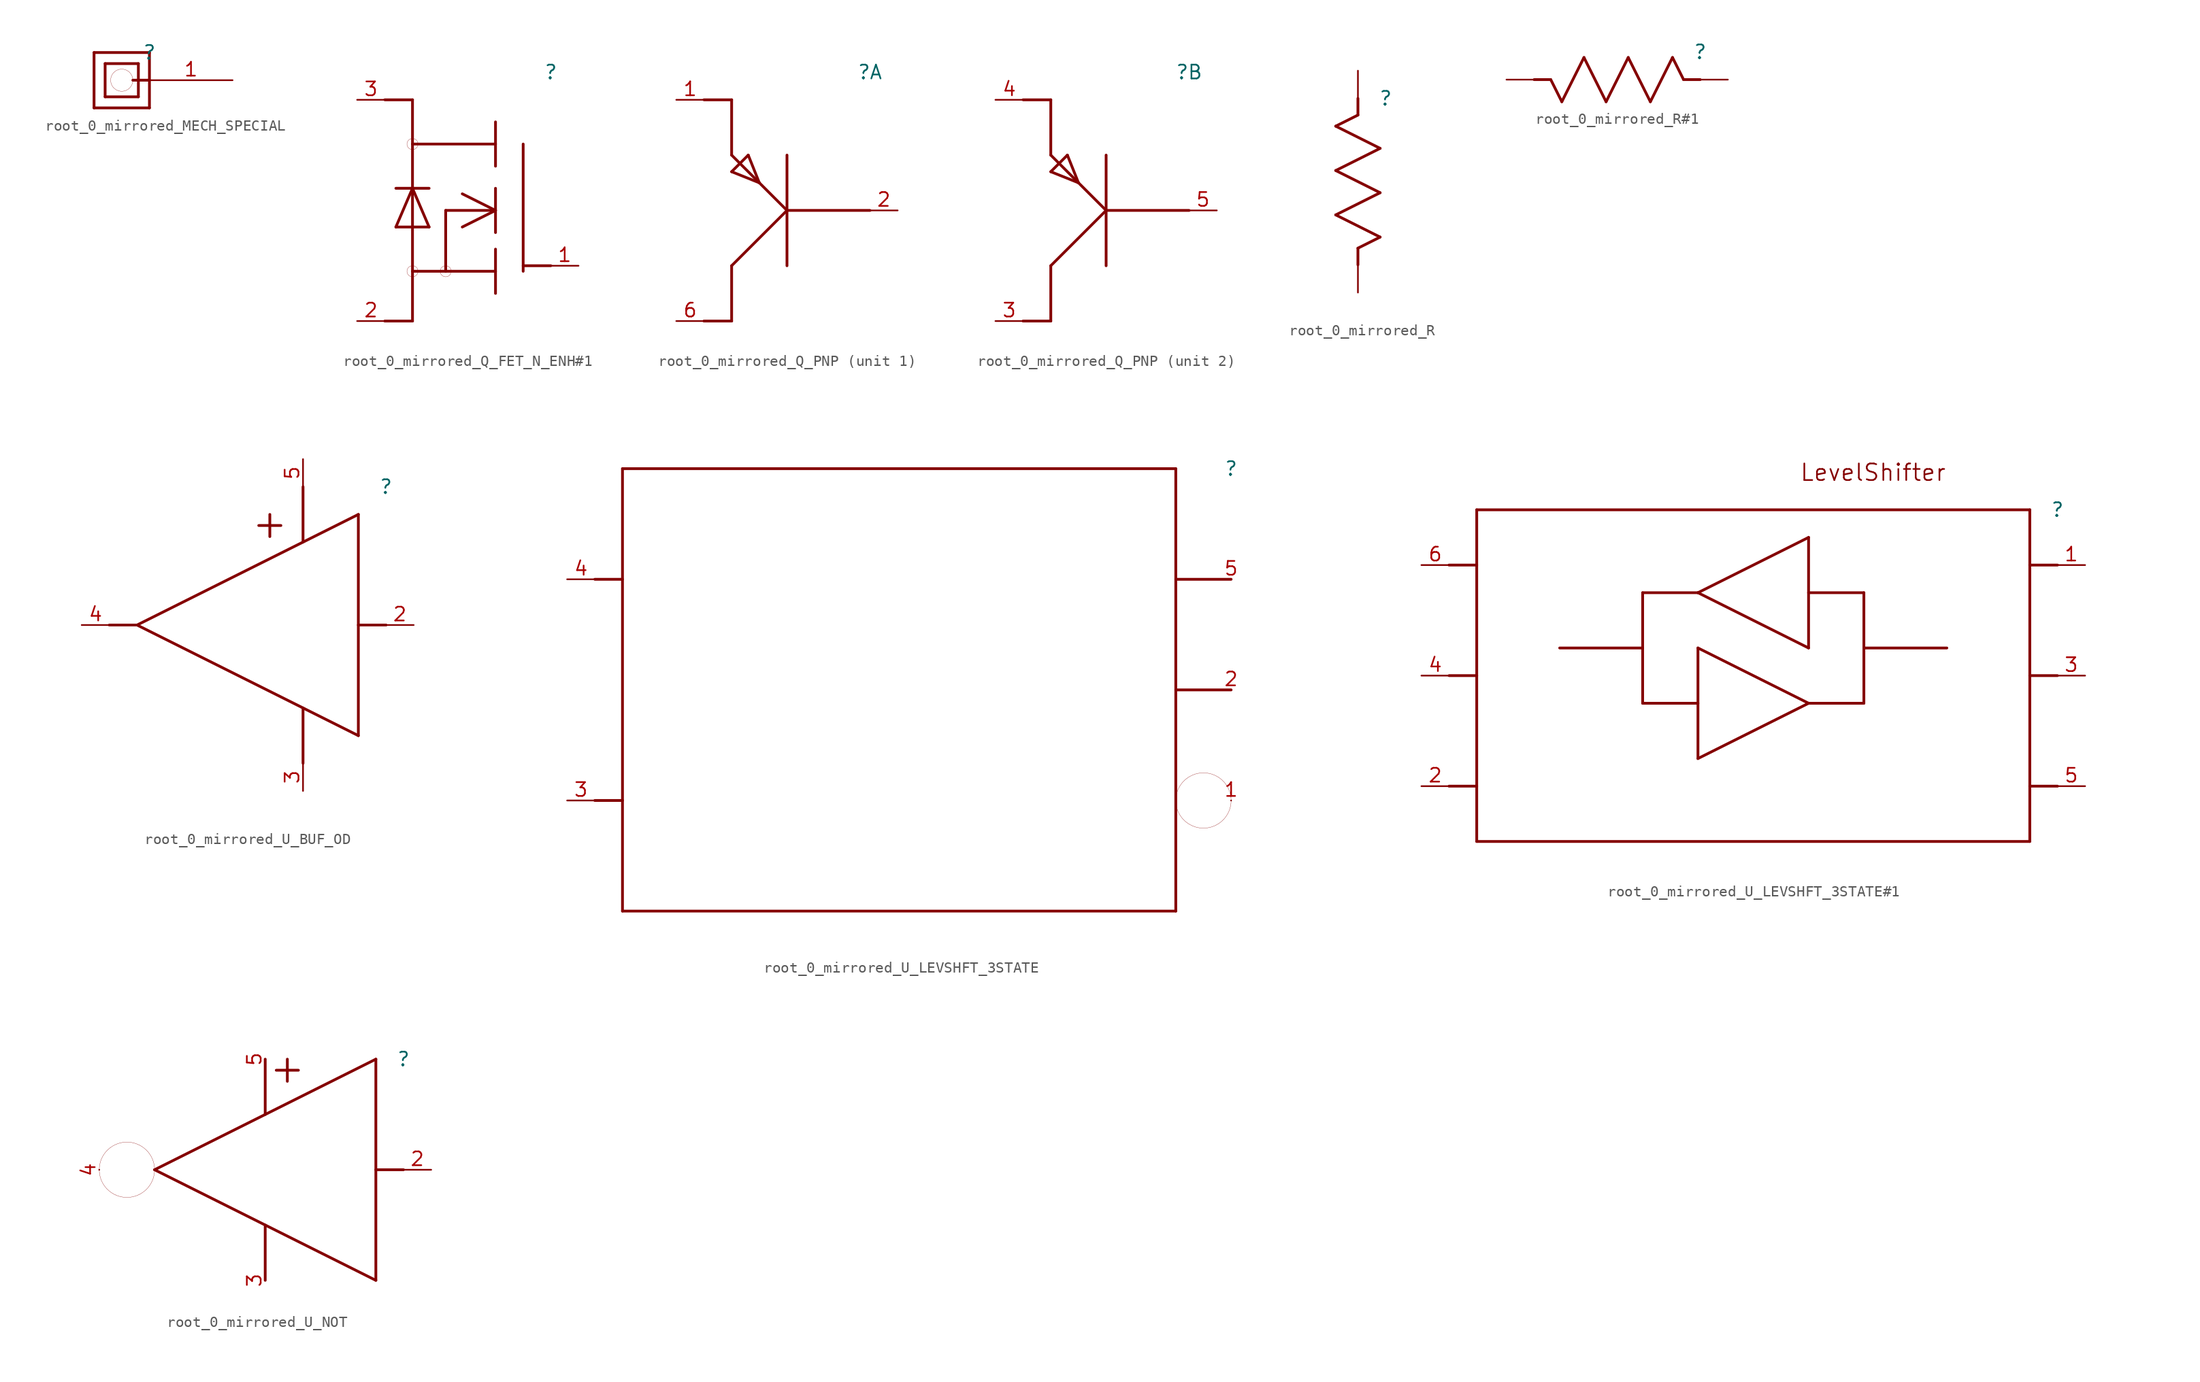
<source format=kicad_sym>
(kicad_symbol_lib
  (version 20220914)
  (generator kicad_symbol_editor)
  (symbol "root_0_mirrored_MECH_SPECIAL"
    (property "Reference" ""
      (at 0 0 0)
      (effects (font (size 1.27 1.27))))
    (property "Value" ""
      (at 0 0 0)
      (effects (font (size 1.27 1.27))))
    (symbol "root_0_mirrored_MECH_SPECIAL_1_0"
      (circle (center -2.54 -2.54) (radius 1.016) (stroke (width 0.0001) (type solid)) (fill (type none)))
      (polyline (pts (xy -5.08 -5.08) (xy -5.08 0)) (stroke (width 0.254) (type solid)) (fill (type none)))
      (polyline (pts (xy -5.08 0) (xy 0 0)) (stroke (width 0.254) (type solid)) (fill (type none)))
      (polyline (pts (xy -4.064 -4.064) (xy -4.064 -1.016)) (stroke (width 0.254) (type solid)) (fill (type none)))
      (polyline (pts (xy -4.064 -1.016) (xy -1.016 -1.016)) (stroke (width 0.254) (type solid)) (fill (type none)))
      (polyline (pts (xy -1.016 -4.064) (xy -4.064 -4.064)) (stroke (width 0.254) (type solid)) (fill (type none)))
      (polyline (pts (xy -1.016 -1.016) (xy -1.016 -4.064)) (stroke (width 0.254) (type solid)) (fill (type none)))
      (polyline (pts (xy 0 -5.08) (xy -5.08 -5.08)) (stroke (width 0.254) (type solid)) (fill (type none)))
      (polyline (pts (xy 0 -2.54) (xy -1.524 -2.54)) (stroke (width 0.254) (type solid)) (fill (type none)))
      (polyline (pts (xy 0 0) (xy 0 -5.08)) (stroke (width 0.254) (type solid)) (fill (type none)))
      (pin bidirectional line (at 7.62 -2.54 180) (length 7.62) (name "1" (effects (font (size 0 0)))) (number "1" (effects (font (size 1.27 1.27)))))))
  (symbol "root_0_mirrored_Q_FET_N_ENH#1"
    (property "Reference" ""
      (at 0 0 0)
      (effects (font (size 1.27 1.27))))
    (property "Value" ""
      (at 0 0 0)
      (effects (font (size 1.27 1.27))))
    (symbol "root_0_mirrored_Q_FET_N_ENH#1_1_0"
      (circle (center -12.7 -18.288) (radius 0.508) (stroke (width 0.0001) (type solid)) (fill (type none)))
      (circle (center -12.7 -6.604) (radius 0.508) (stroke (width 0.0001) (type solid)) (fill (type none)))
      (circle (center -9.652 -18.288) (radius 0.508) (stroke (width 0.0001) (type solid)) (fill (type none)))
      (polyline (pts (xy -14.224 -14.224) (xy -12.7 -10.668)) (stroke (width 0.254) (type solid)) (fill (type none)))
      (polyline (pts (xy -12.7 -22.86) (xy -15.24 -22.86)) (stroke (width 0.254) (type solid)) (fill (type none)))
      (polyline (pts (xy -12.7 -22.86) (xy -12.7 -2.54)) (stroke (width 0.254) (type solid)) (fill (type none)))
      (polyline (pts (xy -12.7 -10.668) (xy -11.176 -14.224)) (stroke (width 0.254) (type solid)) (fill (type none)))
      (polyline (pts (xy -12.7 -2.54) (xy -15.24 -2.54)) (stroke (width 0.254) (type solid)) (fill (type none)))
      (polyline (pts (xy -11.176 -14.224) (xy -14.224 -14.224)) (stroke (width 0.254) (type solid)) (fill (type none)))
      (polyline (pts (xy -11.176 -10.668) (xy -14.224 -10.668)) (stroke (width 0.254) (type solid)) (fill (type none)))
      (polyline (pts (xy -9.652 -12.7) (xy -9.652 -18.288)) (stroke (width 0.254) (type solid)) (fill (type none)))
      (polyline (pts (xy -9.652 -12.7) (xy -5.08 -12.7)) (stroke (width 0.254) (type solid)) (fill (type none)))
      (polyline (pts (xy -5.08 -20.32) (xy -5.08 -16.256)) (stroke (width 0.254) (type solid)) (fill (type none)))
      (polyline (pts (xy -5.08 -18.288) (xy -12.7 -18.288)) (stroke (width 0.254) (type solid)) (fill (type none)))
      (polyline (pts (xy -5.08 -12.7) (xy -8.128 -14.224)) (stroke (width 0.254) (type solid)) (fill (type none)))
      (polyline (pts (xy -5.08 -12.7) (xy -8.128 -11.176)) (stroke (width 0.254) (type solid)) (fill (type none)))
      (polyline (pts (xy -5.08 -10.668) (xy -5.08 -14.732)) (stroke (width 0.254) (type solid)) (fill (type none)))
      (polyline (pts (xy -5.08 -6.604) (xy -12.7 -6.604)) (stroke (width 0.254) (type solid)) (fill (type none)))
      (polyline (pts (xy -5.08 -4.572) (xy -5.08 -8.636)) (stroke (width 0.254) (type solid)) (fill (type none)))
      (polyline (pts (xy -2.54 -18.288) (xy -2.54 -6.604)) (stroke (width 0.254) (type solid)) (fill (type none)))
      (polyline (pts (xy 0 -17.78) (xy -2.54 -17.78)) (stroke (width 0.254) (type solid)) (fill (type none)))
      (pin bidirectional line (at 2.54 -17.78 180) (length 2.54) (name "G" (effects (font (size 0 0)))) (number "1" (effects (font (size 1.27 1.27)))))
      (pin bidirectional line (at -17.78 -22.86 0) (length 2.54) (name "S" (effects (font (size 0 0)))) (number "2" (effects (font (size 1.27 1.27)))))
      (pin bidirectional line (at -17.78 -2.54 0) (length 2.54) (name "D" (effects (font (size 0 0)))) (number "3" (effects (font (size 1.27 1.27)))))))
  (symbol "root_0_mirrored_Q_PNP"
    (property "Reference" ""
      (at 0 0 0)
      (effects (font (size 1.27 1.27))))
    (property "Value" ""
      (at 0 0 0)
      (effects (font (size 1.27 1.27))))
    (symbol "root_0_mirrored_Q_PNP_1_0"
      (polyline (pts (xy -12.7 -22.86) (xy -15.24 -22.86)) (stroke (width 0.254) (type solid)) (fill (type none)))
      (polyline (pts (xy -12.7 -17.78) (xy -12.7 -22.86)) (stroke (width 0.254) (type solid)) (fill (type none)))
      (polyline (pts (xy -12.7 -9.144) (xy -11.176 -7.62)) (stroke (width 0.254) (type solid)) (fill (type none)))
      (polyline (pts (xy -12.7 -9.144) (xy -10.16 -10.16)) (stroke (width 0.254) (type solid)) (fill (type none)))
      (polyline (pts (xy -12.7 -7.62) (xy -12.7 -2.54)) (stroke (width 0.254) (type solid)) (fill (type none)))
      (polyline (pts (xy -12.7 -7.62) (xy -7.62 -12.7)) (stroke (width 0.254) (type solid)) (fill (type none)))
      (polyline (pts (xy -12.7 -2.54) (xy -15.24 -2.54)) (stroke (width 0.254) (type solid)) (fill (type none)))
      (polyline (pts (xy -11.176 -7.62) (xy -10.16 -10.16)) (stroke (width 0.254) (type solid)) (fill (type none)))
      (polyline (pts (xy -7.62 -12.7) (xy -12.7 -17.78)) (stroke (width 0.254) (type solid)) (fill (type none)))
      (polyline (pts (xy -7.62 -7.62) (xy -7.62 -17.78)) (stroke (width 0.254) (type solid)) (fill (type none)))
      (polyline (pts (xy 0 -12.7) (xy -7.62 -12.7)) (stroke (width 0.254) (type solid)) (fill (type none)))
      (pin bidirectional line (at -17.78 -2.54 0) (length 2.54) (name "E" (effects (font (size 0 0)))) (number "1" (effects (font (size 1.27 1.27)))))
      (pin bidirectional line (at 2.54 -12.7 180) (length 2.54) (name "B" (effects (font (size 0 0)))) (number "2" (effects (font (size 1.27 1.27)))))
      (pin bidirectional line (at -17.78 -22.86 0) (length 2.54) (name "C" (effects (font (size 0 0)))) (number "6" (effects (font (size 1.27 1.27))))))
    (symbol "root_0_mirrored_Q_PNP_2_0"
      (polyline (pts (xy -12.7 -22.86) (xy -15.24 -22.86)) (stroke (width 0.254) (type solid)) (fill (type none)))
      (polyline (pts (xy -12.7 -17.78) (xy -12.7 -22.86)) (stroke (width 0.254) (type solid)) (fill (type none)))
      (polyline (pts (xy -12.7 -9.144) (xy -11.176 -7.62)) (stroke (width 0.254) (type solid)) (fill (type none)))
      (polyline (pts (xy -12.7 -9.144) (xy -10.16 -10.16)) (stroke (width 0.254) (type solid)) (fill (type none)))
      (polyline (pts (xy -12.7 -7.62) (xy -12.7 -2.54)) (stroke (width 0.254) (type solid)) (fill (type none)))
      (polyline (pts (xy -12.7 -7.62) (xy -7.62 -12.7)) (stroke (width 0.254) (type solid)) (fill (type none)))
      (polyline (pts (xy -12.7 -2.54) (xy -15.24 -2.54)) (stroke (width 0.254) (type solid)) (fill (type none)))
      (polyline (pts (xy -11.176 -7.62) (xy -10.16 -10.16)) (stroke (width 0.254) (type solid)) (fill (type none)))
      (polyline (pts (xy -7.62 -12.7) (xy -12.7 -17.78)) (stroke (width 0.254) (type solid)) (fill (type none)))
      (polyline (pts (xy -7.62 -7.62) (xy -7.62 -17.78)) (stroke (width 0.254) (type solid)) (fill (type none)))
      (polyline (pts (xy 0 -12.7) (xy -7.62 -12.7)) (stroke (width 0.254) (type solid)) (fill (type none)))
      (pin bidirectional line (at -17.78 -22.86 0) (length 2.54) (name "C" (effects (font (size 0 0)))) (number "3" (effects (font (size 1.27 1.27)))))
      (pin bidirectional line (at -17.78 -2.54 0) (length 2.54) (name "E" (effects (font (size 0 0)))) (number "4" (effects (font (size 1.27 1.27)))))
      (pin bidirectional line (at 2.54 -12.7 180) (length 2.54) (name "B" (effects (font (size 0 0)))) (number "5" (effects (font (size 1.27 1.27)))))))
  (symbol "root_0_mirrored_R"
    (property "Reference" ""
      (at 0 0 0)
      (effects (font (size 1.27 1.27))))
    (property "Value" ""
      (at 0 0 0)
      (effects (font (size 1.27 1.27))))
    (symbol "root_0_mirrored_R_1_0"
      (polyline (pts (xy -4.572 -10.668) (xy -0.508 -12.7)) (stroke (width 0.254) (type solid)) (fill (type none)))
      (polyline (pts (xy -4.572 -6.604) (xy -0.508 -4.572)) (stroke (width 0.254) (type solid)) (fill (type none)))
      (polyline (pts (xy -4.572 -2.54) (xy -2.54 -1.524)) (stroke (width 0.254) (type solid)) (fill (type none)))
      (polyline (pts (xy -2.54 -13.716) (xy -2.54 -15.24)) (stroke (width 0.254) (type solid)) (fill (type none)))
      (polyline (pts (xy -2.54 0) (xy -2.54 -1.524)) (stroke (width 0.254) (type solid)) (fill (type none)))
      (polyline (pts (xy -0.508 -12.7) (xy -2.54 -13.716)) (stroke (width 0.254) (type solid)) (fill (type none)))
      (polyline (pts (xy -0.508 -8.636) (xy -4.572 -10.668)) (stroke (width 0.254) (type solid)) (fill (type none)))
      (polyline (pts (xy -0.508 -8.636) (xy -4.572 -6.604)) (stroke (width 0.254) (type solid)) (fill (type none)))
      (polyline (pts (xy -0.508 -4.572) (xy -4.572 -2.54)) (stroke (width 0.254) (type solid)) (fill (type none)))
      (pin bidirectional line (at -2.54 2.54 270) (length 2.54) (name "1" (effects (font (size 0 0)))) (number "1" (effects (font (size 0 0)))))
      (pin bidirectional line (at -2.54 -17.78 90) (length 2.54) (name "2" (effects (font (size 0 0)))) (number "2" (effects (font (size 0 0)))))))
  (symbol "root_0_mirrored_R#1"
    (property "Reference" ""
      (at 0 0 0)
      (effects (font (size 1.27 1.27))))
    (property "Value" ""
      (at 0 0 0)
      (effects (font (size 1.27 1.27))))
    (symbol "root_0_mirrored_R#1_1_0"
      (polyline (pts (xy -13.716 -2.54) (xy -15.24 -2.54)) (stroke (width 0.254) (type solid)) (fill (type none)))
      (polyline (pts (xy -12.7 -4.572) (xy -13.716 -2.54)) (stroke (width 0.254) (type solid)) (fill (type none)))
      (polyline (pts (xy -10.668 -0.508) (xy -12.7 -4.572)) (stroke (width 0.254) (type solid)) (fill (type none)))
      (polyline (pts (xy -8.636 -4.572) (xy -10.668 -0.508)) (stroke (width 0.254) (type solid)) (fill (type none)))
      (polyline (pts (xy -6.604 -0.508) (xy -8.636 -4.572)) (stroke (width 0.254) (type solid)) (fill (type none)))
      (polyline (pts (xy -6.604 -0.508) (xy -4.572 -4.572)) (stroke (width 0.254) (type solid)) (fill (type none)))
      (polyline (pts (xy -4.572 -4.572) (xy -2.54 -0.508)) (stroke (width 0.254) (type solid)) (fill (type none)))
      (polyline (pts (xy -2.54 -0.508) (xy -1.524 -2.54)) (stroke (width 0.254) (type solid)) (fill (type none)))
      (polyline (pts (xy 0 -2.54) (xy -1.524 -2.54)) (stroke (width 0.254) (type solid)) (fill (type none)))
      (pin bidirectional line (at 2.54 -2.54 180) (length 2.54) (name "1" (effects (font (size 0 0)))) (number "1" (effects (font (size 0 0)))))
      (pin bidirectional line (at -17.78 -2.54 0) (length 2.54) (name "2" (effects (font (size 0 0)))) (number "2" (effects (font (size 0 0)))))))
  (symbol "root_0_mirrored_U_BUF_OD"
    (property "Reference" ""
      (at 0 0 0)
      (effects (font (size 1.27 1.27))))
    (property "Value" ""
      (at 0 0 0)
      (effects (font (size 1.27 1.27))))
    (symbol "root_0_mirrored_U_BUF_OD_1_0"
      (polyline (pts (xy -22.86 -12.7) (xy -25.4 -12.7)) (stroke (width 0.254) (type solid)) (fill (type none)))
      (polyline (pts (xy -10.668 -2.54) (xy -10.668 -4.572)) (stroke (width 0.254) (type solid)) (fill (type none)))
      (polyline (pts (xy -9.652 -3.556) (xy -11.684 -3.556)) (stroke (width 0.254) (type solid)) (fill (type none)))
      (polyline (pts (xy -7.62 -20.32) (xy -7.62 -25.4)) (stroke (width 0.254) (type solid)) (fill (type none)))
      (polyline (pts (xy -7.62 0) (xy -7.62 -5.08)) (stroke (width 0.254) (type solid)) (fill (type none)))
      (polyline (pts (xy -2.54 -22.86) (xy -22.86 -12.7)) (stroke (width 0.254) (type solid)) (fill (type none)))
      (polyline (pts (xy -2.54 -2.54) (xy -22.86 -12.7)) (stroke (width 0.254) (type solid)) (fill (type none)))
      (polyline (pts (xy -2.54 -2.54) (xy -2.54 -22.86)) (stroke (width 0.254) (type solid)) (fill (type none)))
      (polyline (pts (xy 0 -12.7) (xy -2.54 -12.7)) (stroke (width 0.254) (type solid)) (fill (type none)))
      (pin bidirectional line (at 2.54 -12.7 180) (length 2.54) (name "A" (effects (font (size 0 0)))) (number "2" (effects (font (size 1.27 1.27)))))
      (pin bidirectional line (at -7.62 -27.94 90) (length 2.54) (name "GND" (effects (font (size 0 0)))) (number "3" (effects (font (size 1.27 1.27)))))
      (pin bidirectional line (at -27.94 -12.7 0) (length 2.54) (name "Y" (effects (font (size 0 0)))) (number "4" (effects (font (size 1.27 1.27)))))
      (pin power_in line (at -7.62 2.54 270) (length 2.54) (name "VCC" (effects (font (size 0 0)))) (number "5" (effects (font (size 1.27 1.27)))))))
  (symbol "root_0_mirrored_U_LEVSHFT_3STATE"
    (property "Reference" ""
      (at 0 0 0)
      (effects (font (size 1.27 1.27))))
    (property "Value" ""
      (at 0 0 0)
      (effects (font (size 1.27 1.27))))
    (symbol "root_0_mirrored_U_LEVSHFT_3STATE_1_0"
      (circle (center -2.54 -30.48) (radius 2.54) (stroke (width 0.0001) (type solid)) (fill (type none)))
      (polyline (pts (xy -55.88 -40.64) (xy -55.88 0)) (stroke (width 0.254) (type solid)) (fill (type none)))
      (polyline (pts (xy -55.88 -40.64) (xy -5.08 -40.64)) (stroke (width 0.254) (type solid)) (fill (type none)))
      (polyline (pts (xy -55.88 -30.48) (xy -58.42 -30.48)) (stroke (width 0.254) (type solid)) (fill (type none)))
      (polyline (pts (xy -55.88 -10.16) (xy -58.42 -10.16)) (stroke (width 0.254) (type solid)) (fill (type none)))
      (polyline (pts (xy -55.88 0) (xy -5.08 0)) (stroke (width 0.254) (type solid)) (fill (type none)))
      (polyline (pts (xy -5.08 -20.32) (xy 0 -20.32)) (stroke (width 0.254) (type solid)) (fill (type none)))
      (polyline (pts (xy -5.08 -10.16) (xy 0 -10.16)) (stroke (width 0.254) (type solid)) (fill (type none)))
      (polyline (pts (xy -5.08 0) (xy -5.08 -40.64)) (stroke (width 0.254) (type solid)) (fill (type none)))
      (pin input line (at 0 -30.48 0) (length 0) (name "OE*" (effects (font (size 0 0)))) (number "1" (effects (font (size 1.27 1.27)))))
      (pin input line (at 0 -20.32 0) (length 0) (name "IN" (effects (font (size 0 0)))) (number "2" (effects (font (size 1.27 1.27)))))
      (pin input line (at -60.96 -30.48 0) (length 2.54) (name "GND" (effects (font (size 0 0)))) (number "3" (effects (font (size 1.27 1.27)))))
      (pin output line (at -60.96 -10.16 0) (length 2.54) (name "OUT" (effects (font (size 0 0)))) (number "4" (effects (font (size 1.27 1.27)))))
      (pin power_in line (at 0 -10.16 0) (length 0) (name "VCC" (effects (font (size 0 0)))) (number "5" (effects (font (size 1.27 1.27)))))))
  (symbol "root_0_mirrored_U_LEVSHFT_3STATE#1"
    (property "Reference" ""
      (at 0 0 0)
      (effects (font (size 1.27 1.27))))
    (property "Value" ""
      (at 0 0 0)
      (effects (font (size 1.27 1.27))))
    (symbol "root_0_mirrored_U_LEVSHFT_3STATE#1_1_0"
      (polyline (pts (xy -53.34 -30.48) (xy -53.34 0)) (stroke (width 0.254) (type solid)) (fill (type none)))
      (polyline (pts (xy -53.34 -25.4) (xy -55.88 -25.4)) (stroke (width 0.254) (type solid)) (fill (type none)))
      (polyline (pts (xy -53.34 -15.24) (xy -55.88 -15.24)) (stroke (width 0.254) (type solid)) (fill (type none)))
      (polyline (pts (xy -53.34 -5.08) (xy -55.88 -5.08)) (stroke (width 0.254) (type solid)) (fill (type none)))
      (polyline (pts (xy -53.34 0) (xy -2.54 0)) (stroke (width 0.254) (type solid)) (fill (type none)))
      (polyline (pts (xy -38.1 -17.78) (xy -38.1 -7.62)) (stroke (width 0.254) (type solid)) (fill (type none)))
      (polyline (pts (xy -38.1 -12.7) (xy -45.72 -12.7)) (stroke (width 0.254) (type solid)) (fill (type none)))
      (polyline (pts (xy -38.1 -7.62) (xy -33.02 -7.62)) (stroke (width 0.254) (type solid)) (fill (type none)))
      (polyline (pts (xy -33.02 -17.78) (xy -38.1 -17.78)) (stroke (width 0.254) (type solid)) (fill (type none)))
      (polyline (pts (xy -33.02 -12.7) (xy -33.02 -22.86)) (stroke (width 0.254) (type solid)) (fill (type none)))
      (polyline (pts (xy -33.02 -12.7) (xy -22.86 -17.78)) (stroke (width 0.254) (type solid)) (fill (type none)))
      (polyline (pts (xy -33.02 -7.62) (xy -22.86 -2.54)) (stroke (width 0.254) (type solid)) (fill (type none)))
      (polyline (pts (xy -22.86 -17.78) (xy -33.02 -22.86)) (stroke (width 0.254) (type solid)) (fill (type none)))
      (polyline (pts (xy -22.86 -12.7) (xy -33.02 -7.62)) (stroke (width 0.254) (type solid)) (fill (type none)))
      (polyline (pts (xy -22.86 -2.54) (xy -22.86 -12.7)) (stroke (width 0.254) (type solid)) (fill (type none)))
      (polyline (pts (xy -17.78 -17.78) (xy -22.86 -17.78)) (stroke (width 0.254) (type solid)) (fill (type none)))
      (polyline (pts (xy -17.78 -12.7) (xy -10.16 -12.7)) (stroke (width 0.254) (type solid)) (fill (type none)))
      (polyline (pts (xy -17.78 -7.62) (xy -22.86 -7.62)) (stroke (width 0.254) (type solid)) (fill (type none)))
      (polyline (pts (xy -17.78 -7.62) (xy -17.78 -17.78)) (stroke (width 0.254) (type solid)) (fill (type none)))
      (polyline (pts (xy -2.54 -30.48) (xy -53.34 -30.48)) (stroke (width 0.254) (type solid)) (fill (type none)))
      (polyline (pts (xy -2.54 -30.48) (xy -2.54 0)) (stroke (width 0.254) (type solid)) (fill (type none)))
      (polyline (pts (xy 0 -25.4) (xy -2.54 -25.4)) (stroke (width 0.254) (type solid)) (fill (type none)))
      (polyline (pts (xy 0 -15.24) (xy -2.54 -15.24)) (stroke (width 0.254) (type solid)) (fill (type none)))
      (polyline (pts (xy 0 -5.08) (xy -2.54 -5.08)) (stroke (width 0.254) (type solid)) (fill (type none)))
      (text "LevelShifter" (at -10.16 2.54 0) (effects (font (size 1.524 1.524)) (justify right bottom)))
      (pin power_in line (at 2.54 -5.08 180) (length 2.54) (name "VCCA" (effects (font (size 0 0)))) (number "1" (effects (font (size 1.27 1.27)))))
      (pin input line (at -58.42 -25.4 0) (length 2.54) (name "GND" (effects (font (size 0 0)))) (number "2" (effects (font (size 1.27 1.27)))))
      (pin bidirectional line (at 2.54 -15.24 180) (length 2.54) (name "A" (effects (font (size 0 0)))) (number "3" (effects (font (size 1.27 1.27)))))
      (pin bidirectional line (at -58.42 -15.24 0) (length 2.54) (name "B" (effects (font (size 0 0)))) (number "4" (effects (font (size 1.27 1.27)))))
      (pin input line (at 2.54 -25.4 180) (length 2.54) (name "DIR" (effects (font (size 0 0)))) (number "5" (effects (font (size 1.27 1.27)))))
      (pin power_in line (at -58.42 -5.08 0) (length 2.54) (name "VCCB" (effects (font (size 0 0)))) (number "6" (effects (font (size 1.27 1.27)))))))
  (symbol "root_0_mirrored_U_NOT"
    (property "Reference" ""
      (at 0 0 0)
      (effects (font (size 1.27 1.27))))
    (property "Value" ""
      (at 0 0 0)
      (effects (font (size 1.27 1.27))))
    (symbol "root_0_mirrored_U_NOT_1_0"
      (circle (center -25.4 -10.16) (radius 2.54) (stroke (width 0.0001) (type solid)) (fill (type none)))
      (polyline (pts (xy -12.7 -15.24) (xy -12.7 -20.32)) (stroke (width 0.254) (type solid)) (fill (type none)))
      (polyline (pts (xy -12.7 0) (xy -12.7 -5.08)) (stroke (width 0.254) (type solid)) (fill (type none)))
      (polyline (pts (xy -10.668 0) (xy -10.668 -2.032)) (stroke (width 0.254) (type solid)) (fill (type none)))
      (polyline (pts (xy -9.652 -1.016) (xy -11.684 -1.016)) (stroke (width 0.254) (type solid)) (fill (type none)))
      (polyline (pts (xy -2.54 -20.32) (xy -22.86 -10.16)) (stroke (width 0.254) (type solid)) (fill (type none)))
      (polyline (pts (xy -2.54 0) (xy -22.86 -10.16)) (stroke (width 0.254) (type solid)) (fill (type none)))
      (polyline (pts (xy -2.54 0) (xy -2.54 -20.32)) (stroke (width 0.254) (type solid)) (fill (type none)))
      (polyline (pts (xy 0 -10.16) (xy -2.54 -10.16)) (stroke (width 0.254) (type solid)) (fill (type none)))
      (pin input line (at 2.54 -10.16 180) (length 2.54) (name "I" (effects (font (size 0 0)))) (number "2" (effects (font (size 1.27 1.27)))))
      (pin input line (at -12.7 -20.32 270) (length 0) (name "GND" (effects (font (size 0 0)))) (number "3" (effects (font (size 1.27 1.27)))))
      (pin output line (at -27.94 -10.16 270) (length 0) (name "Q*" (effects (font (size 0 0)))) (number "4" (effects (font (size 1.27 1.27)))))
      (pin power_in line (at -12.7 0 270) (length 0) (name "VCC" (effects (font (size 0 0)))) (number "5" (effects (font (size 1.27 1.27))))))))
</source>
